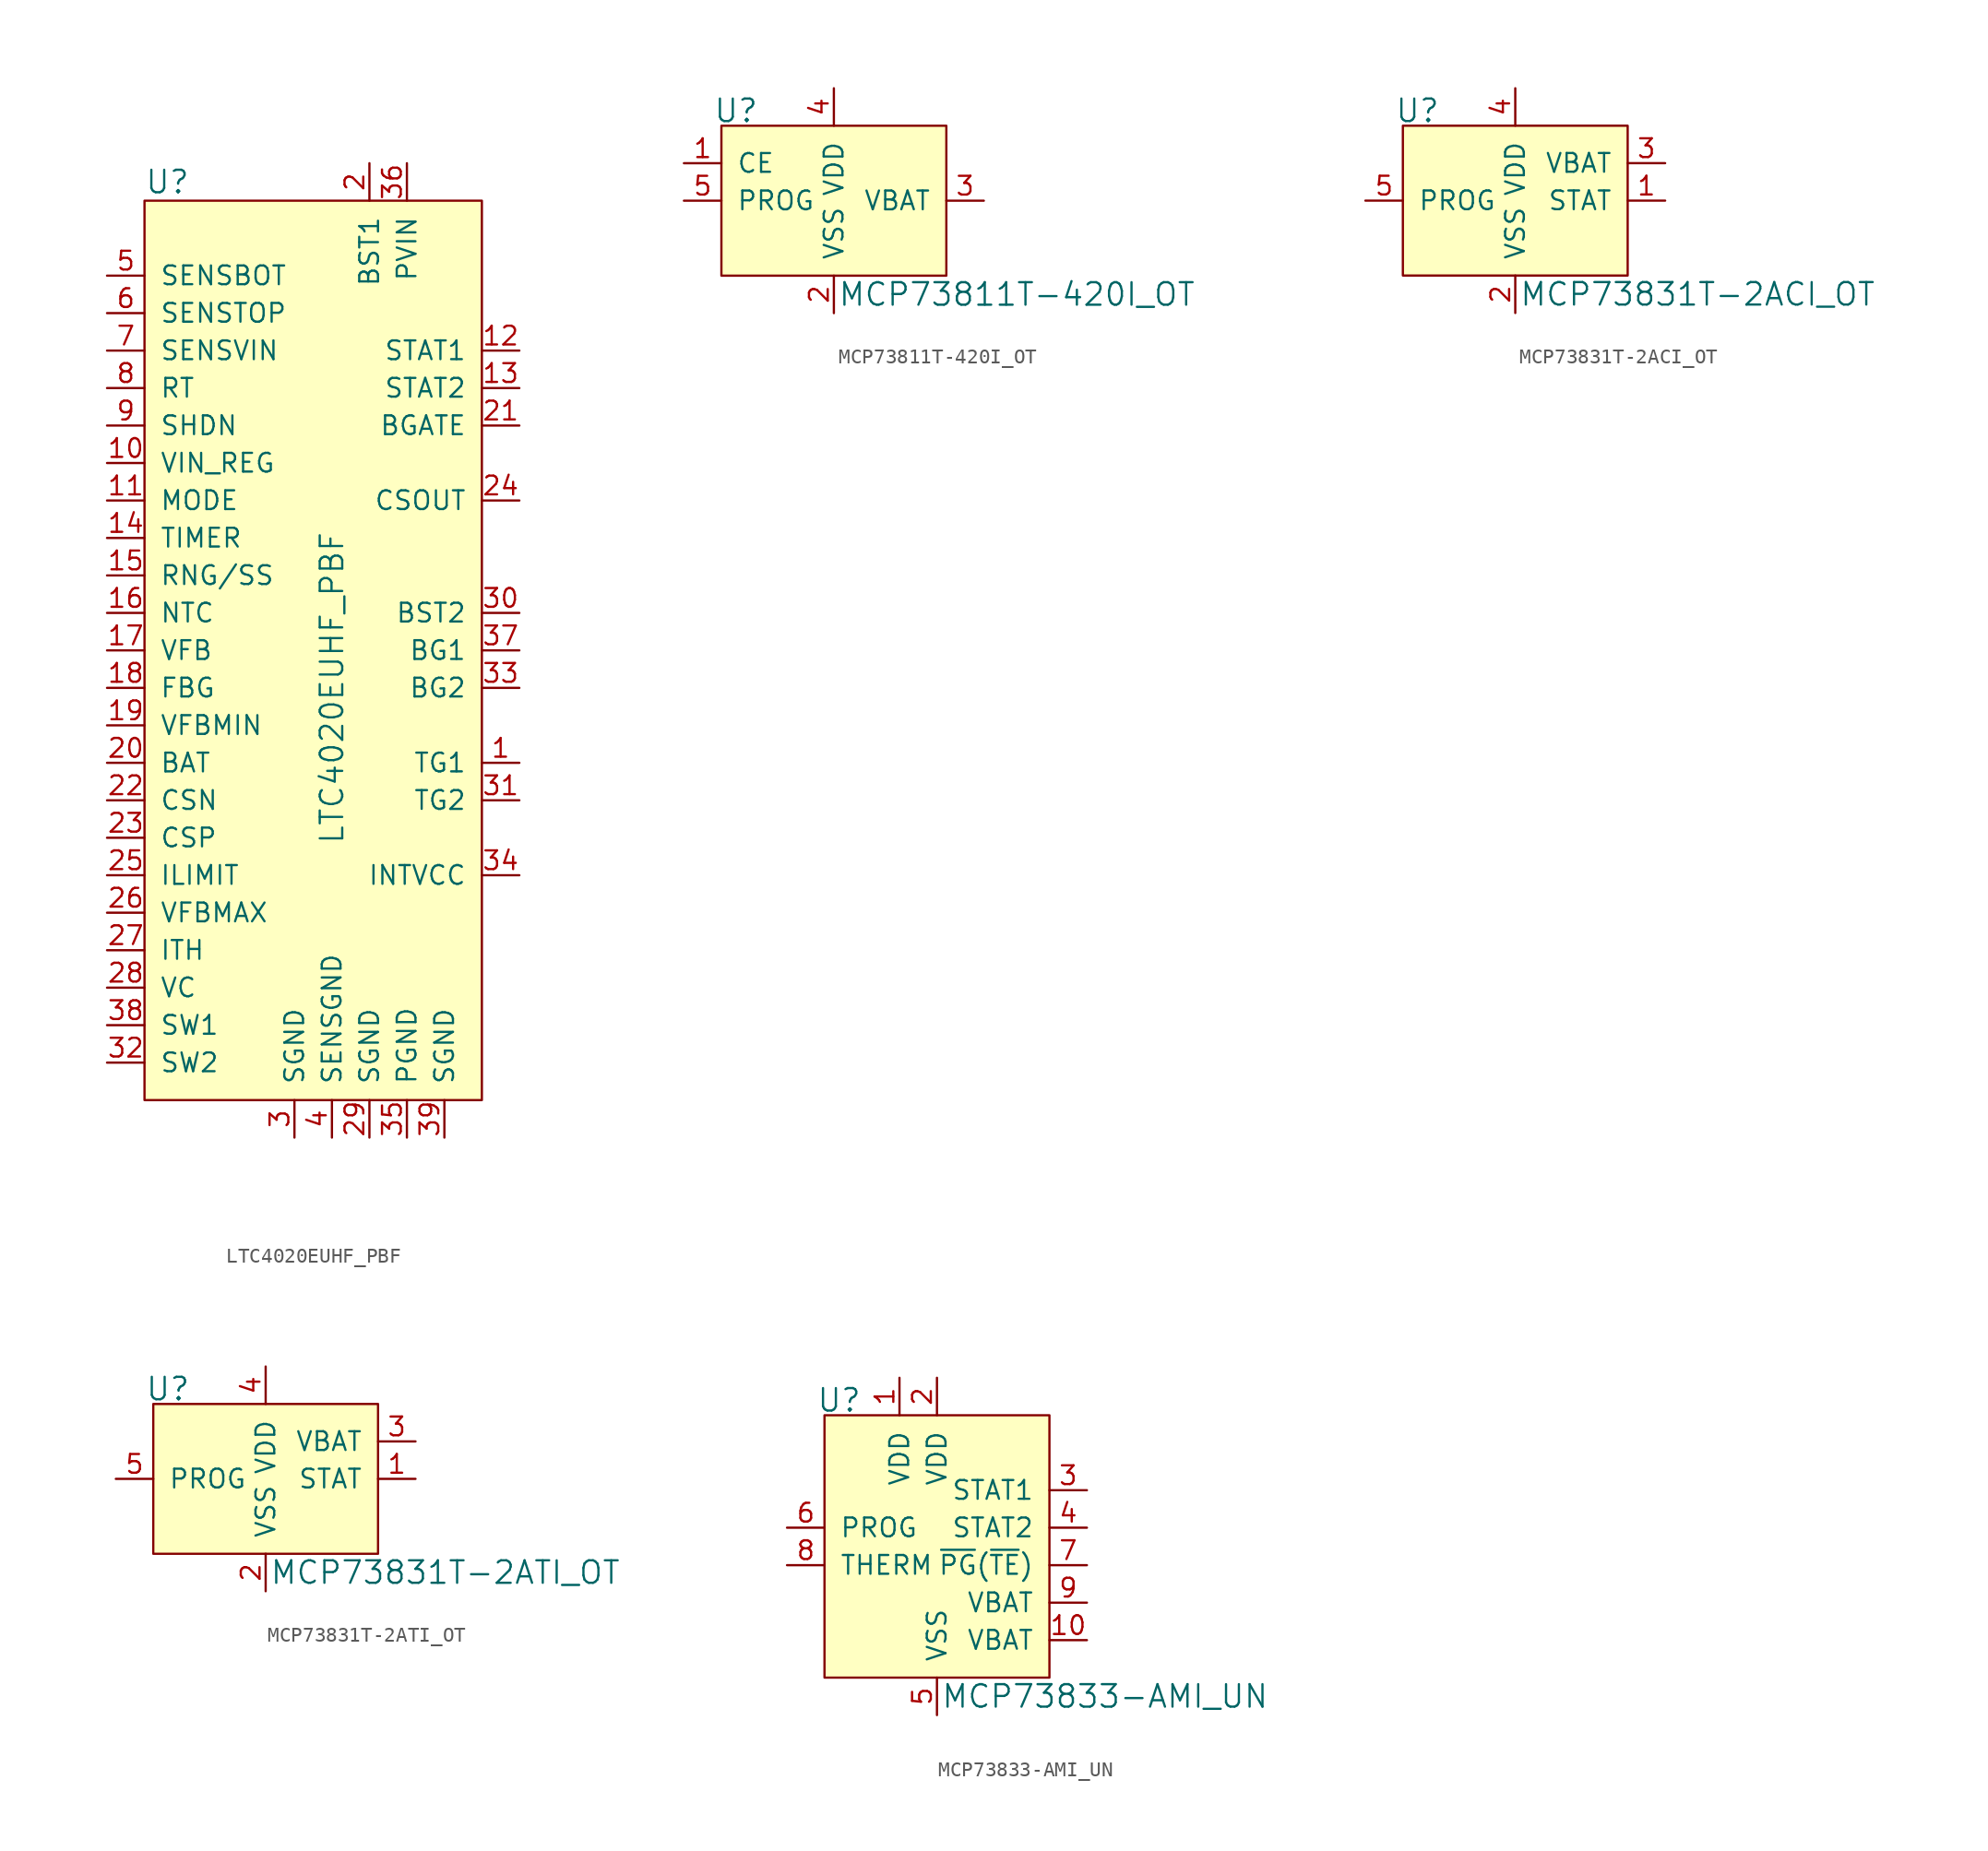
<source format=kicad_sym>
(kicad_symbol_lib
  (version 20201005)
  (generator kicad_symbol_editor)
  (symbol "LTC4020EUHF_PBF"
    (pin_names
      (offset 1.016))
    (property "Reference" "U"
      (at -10.16 24.13 0)
      (effects (font (size 1.524 1.524)) (justify left)))
    (property "Value" "LTC4020EUHF_PBF"
      (at 2.54 -10.16 90)
      (effects (font (size 1.524 1.524))))
    (symbol "LTC4020EUHF_PBF_0_1"
      (rectangle (start -10.16 22.86) (end 12.7 -38.1) (stroke (width 0)) (fill (type background))))
    (symbol "LTC4020EUHF_PBF_1_1"
      (pin output line (at 15.24 -15.24 180) (length 2.54) (name "TG1" (effects (font (size 1.27 1.27)))) (number "1" (effects (font (size 1.27 1.27)))))
      (pin power_in line (at 5.08 25.4 270) (length 2.54) (name "BST1" (effects (font (size 1.27 1.27)))) (number "2" (effects (font (size 1.27 1.27)))))
      (pin power_in line (at 0 -40.64 90) (length 2.54) (name "SGND" (effects (font (size 1.27 1.27)))) (number "3" (effects (font (size 1.27 1.27)))))
      (pin power_in line (at 2.54 -40.64 90) (length 2.54) (name "SENSGND" (effects (font (size 1.27 1.27)))) (number "4" (effects (font (size 1.27 1.27)))))
      (pin input line (at -12.7 17.78 0) (length 2.54) (name "SENSBOT" (effects (font (size 1.27 1.27)))) (number "5" (effects (font (size 1.27 1.27)))))
      (pin input line (at -12.7 15.24 0) (length 2.54) (name "SENSTOP" (effects (font (size 1.27 1.27)))) (number "6" (effects (font (size 1.27 1.27)))))
      (pin input line (at -12.7 12.7 0) (length 2.54) (name "SENSVIN" (effects (font (size 1.27 1.27)))) (number "7" (effects (font (size 1.27 1.27)))))
      (pin passive line (at -12.7 10.16 0) (length 2.54) (name "RT" (effects (font (size 1.27 1.27)))) (number "8" (effects (font (size 1.27 1.27)))))
      (pin input line (at -12.7 7.62 0) (length 2.54) (name "SHDN" (effects (font (size 1.27 1.27)))) (number "9" (effects (font (size 1.27 1.27)))))
      (pin passive line (at -12.7 5.08 0) (length 2.54) (name "VIN_REG" (effects (font (size 1.27 1.27)))) (number "10" (effects (font (size 1.27 1.27)))))
      (pin input line (at -12.7 -15.24 0) (length 2.54) (name "BAT" (effects (font (size 1.27 1.27)))) (number "20" (effects (font (size 1.27 1.27)))))
      (pin power_out line (at 15.24 -5.08 180) (length 2.54) (name "BST2" (effects (font (size 1.27 1.27)))) (number "30" (effects (font (size 1.27 1.27)))))
      (pin input line (at -12.7 2.54 0) (length 2.54) (name "MODE" (effects (font (size 1.27 1.27)))) (number "11" (effects (font (size 1.27 1.27)))))
      (pin output line (at 15.24 7.62 180) (length 2.54) (name "BGATE" (effects (font (size 1.27 1.27)))) (number "21" (effects (font (size 1.27 1.27)))))
      (pin output line (at 15.24 -17.78 180) (length 2.54) (name "TG2" (effects (font (size 1.27 1.27)))) (number "31" (effects (font (size 1.27 1.27)))))
      (pin output line (at 15.24 12.7 180) (length 2.54) (name "STAT1" (effects (font (size 1.27 1.27)))) (number "12" (effects (font (size 1.27 1.27)))))
      (pin input line (at -12.7 -17.78 0) (length 2.54) (name "CSN" (effects (font (size 1.27 1.27)))) (number "22" (effects (font (size 1.27 1.27)))))
      (pin input line (at -12.7 -35.56 0) (length 2.54) (name "SW2" (effects (font (size 1.27 1.27)))) (number "32" (effects (font (size 1.27 1.27)))))
      (pin output line (at 15.24 10.16 180) (length 2.54) (name "STAT2" (effects (font (size 1.27 1.27)))) (number "13" (effects (font (size 1.27 1.27)))))
      (pin input line (at -12.7 -20.32 0) (length 2.54) (name "CSP" (effects (font (size 1.27 1.27)))) (number "23" (effects (font (size 1.27 1.27)))))
      (pin output line (at 15.24 -10.16 180) (length 2.54) (name "BG2" (effects (font (size 1.27 1.27)))) (number "33" (effects (font (size 1.27 1.27)))))
      (pin passive line (at -12.7 0 0) (length 2.54) (name "TIMER" (effects (font (size 1.27 1.27)))) (number "14" (effects (font (size 1.27 1.27)))))
      (pin output line (at 15.24 2.54 180) (length 2.54) (name "CSOUT" (effects (font (size 1.27 1.27)))) (number "24" (effects (font (size 1.27 1.27)))))
      (pin power_out line (at 15.24 -22.86 180) (length 2.54) (name "INTVCC" (effects (font (size 1.27 1.27)))) (number "34" (effects (font (size 1.27 1.27)))))
      (pin input line (at -12.7 -2.54 0) (length 2.54) (name "RNG/SS" (effects (font (size 1.27 1.27)))) (number "15" (effects (font (size 1.27 1.27)))))
      (pin input line (at -12.7 -22.86 0) (length 2.54) (name "ILIMIT" (effects (font (size 1.27 1.27)))) (number "25" (effects (font (size 1.27 1.27)))))
      (pin power_in line (at 7.62 -40.64 90) (length 2.54) (name "PGND" (effects (font (size 1.27 1.27)))) (number "35" (effects (font (size 1.27 1.27)))))
      (pin input line (at -12.7 -5.08 0) (length 2.54) (name "NTC" (effects (font (size 1.27 1.27)))) (number "16" (effects (font (size 1.27 1.27)))))
      (pin input line (at -12.7 -25.4 0) (length 2.54) (name "VFBMAX" (effects (font (size 1.27 1.27)))) (number "26" (effects (font (size 1.27 1.27)))))
      (pin power_in line (at 7.62 25.4 270) (length 2.54) (name "PVIN" (effects (font (size 1.27 1.27)))) (number "36" (effects (font (size 1.27 1.27)))))
      (pin input line (at -12.7 -7.62 0) (length 2.54) (name "VFB" (effects (font (size 1.27 1.27)))) (number "17" (effects (font (size 1.27 1.27)))))
      (pin input line (at -12.7 -27.94 0) (length 2.54) (name "ITH" (effects (font (size 1.27 1.27)))) (number "27" (effects (font (size 1.27 1.27)))))
      (pin output line (at 15.24 -7.62 180) (length 2.54) (name "BG1" (effects (font (size 1.27 1.27)))) (number "37" (effects (font (size 1.27 1.27)))))
      (pin input line (at -12.7 -10.16 0) (length 2.54) (name "FBG" (effects (font (size 1.27 1.27)))) (number "18" (effects (font (size 1.27 1.27)))))
      (pin input line (at -12.7 -30.48 0) (length 2.54) (name "VC" (effects (font (size 1.27 1.27)))) (number "28" (effects (font (size 1.27 1.27)))))
      (pin input line (at -12.7 -33.02 0) (length 2.54) (name "SW1" (effects (font (size 1.27 1.27)))) (number "38" (effects (font (size 1.27 1.27)))))
      (pin input line (at -12.7 -12.7 0) (length 2.54) (name "VFBMIN" (effects (font (size 1.27 1.27)))) (number "19" (effects (font (size 1.27 1.27)))))
      (pin power_in line (at 5.08 -40.64 90) (length 2.54) (name "SGND" (effects (font (size 1.27 1.27)))) (number "29" (effects (font (size 1.27 1.27)))))
      (pin input line (at 10.16 -40.64 90) (length 2.54) (name "SGND" (effects (font (size 1.27 1.27)))) (number "39" (effects (font (size 1.27 1.27)))))))
  (symbol "MCP73811T-420I_OT"
    (pin_names
      (offset 1.016))
    (property "Reference" "U"
      (at -5.08 6.096 0)
      (effects (font (size 1.524 1.524)) (justify right)))
    (property "Value" "MCP73811T-420I_OT"
      (at 0.254 -6.35 0)
      (effects (font (size 1.524 1.524)) (justify left)))
    (symbol "MCP73811T-420I_OT_0_1"
      (rectangle (start -7.62 5.08) (end 7.62 -5.08) (stroke (width 0)) (fill (type background))))
    (symbol "MCP73811T-420I_OT_1_1"
      (pin input line (at -10.16 2.54 0) (length 2.54) (name "CE" (effects (font (size 1.27 1.27)))) (number "1" (effects (font (size 1.27 1.27)))))
      (pin power_in line (at 0 -7.62 90) (length 2.54) (name "VSS" (effects (font (size 1.27 1.27)))) (number "2" (effects (font (size 1.27 1.27)))))
      (pin power_out line (at 10.16 0 180) (length 2.54) (name "VBAT" (effects (font (size 1.27 1.27)))) (number "3" (effects (font (size 1.27 1.27)))))
      (pin power_in line (at 0 7.62 270) (length 2.54) (name "VDD" (effects (font (size 1.27 1.27)))) (number "4" (effects (font (size 1.27 1.27)))))
      (pin input line (at -10.16 0 0) (length 2.54) (name "PROG" (effects (font (size 1.27 1.27)))) (number "5" (effects (font (size 1.27 1.27)))))))
  (symbol "MCP73831T-2ACI_OT"
    (pin_names
      (offset 1.016))
    (property "Reference" "U"
      (at -5.08 3.556 0)
      (effects (font (size 1.524 1.524)) (justify right)))
    (property "Value" "MCP73831T-2ACI_OT"
      (at 0.254 -8.89 0)
      (effects (font (size 1.524 1.524)) (justify left)))
    (symbol "MCP73831T-2ACI_OT_0_1"
      (rectangle (start 7.62 2.54) (end -7.62 -7.62) (stroke (width 0)) (fill (type background))))
    (symbol "MCP73831T-2ACI_OT_1_1"
      (pin output line (at 10.16 -2.54 180) (length 2.54) (name "STAT" (effects (font (size 1.27 1.27)))) (number "1" (effects (font (size 1.27 1.27)))))
      (pin power_in line (at 0 -10.16 90) (length 2.54) (name "VSS" (effects (font (size 1.27 1.27)))) (number "2" (effects (font (size 1.27 1.27)))))
      (pin power_out line (at 10.16 0 180) (length 2.54) (name "VBAT" (effects (font (size 1.27 1.27)))) (number "3" (effects (font (size 1.27 1.27)))))
      (pin power_in line (at 0 5.08 270) (length 2.54) (name "VDD" (effects (font (size 1.27 1.27)))) (number "4" (effects (font (size 1.27 1.27)))))
      (pin input line (at -10.16 -2.54 0) (length 2.54) (name "PROG" (effects (font (size 1.27 1.27)))) (number "5" (effects (font (size 1.27 1.27)))))))
  (symbol "MCP73831T-2ATI_OT"
    (pin_names
      (offset 1.016))
    (property "Reference" "U"
      (at -5.08 3.556 0)
      (effects (font (size 1.524 1.524)) (justify right)))
    (property "Value" "MCP73831T-2ATI_OT"
      (at 0.254 -8.89 0)
      (effects (font (size 1.524 1.524)) (justify left)))
    (symbol "MCP73831T-2ATI_OT_0_1"
      (rectangle (start 7.62 2.54) (end -7.62 -7.62) (stroke (width 0)) (fill (type background))))
    (symbol "MCP73831T-2ATI_OT_1_1"
      (pin output line (at 10.16 -2.54 180) (length 2.54) (name "STAT" (effects (font (size 1.27 1.27)))) (number "1" (effects (font (size 1.27 1.27)))))
      (pin power_in line (at 0 -10.16 90) (length 2.54) (name "VSS" (effects (font (size 1.27 1.27)))) (number "2" (effects (font (size 1.27 1.27)))))
      (pin power_out line (at 10.16 0 180) (length 2.54) (name "VBAT" (effects (font (size 1.27 1.27)))) (number "3" (effects (font (size 1.27 1.27)))))
      (pin power_in line (at 0 5.08 270) (length 2.54) (name "VDD" (effects (font (size 1.27 1.27)))) (number "4" (effects (font (size 1.27 1.27)))))
      (pin input line (at -10.16 -2.54 0) (length 2.54) (name "PROG" (effects (font (size 1.27 1.27)))) (number "5" (effects (font (size 1.27 1.27)))))))
  (symbol "MCP73833-AMI_UN"
    (pin_names
      (offset 1.016))
    (property "Reference" "U"
      (at -2.54 6.096 0)
      (effects (font (size 1.524 1.524)) (justify right)))
    (property "Value" "MCP73833-AMI_UN"
      (at 2.794 -13.97 0)
      (effects (font (size 1.524 1.524)) (justify left)))
    (symbol "MCP73833-AMI_UN_0_1"
      (rectangle (start -5.08 5.08) (end 10.16 -12.7) (stroke (width 0)) (fill (type background))))
    (symbol "MCP73833-AMI_UN_1_1"
      (pin power_in line (at 0 7.62 270) (length 2.54) (name "VDD" (effects (font (size 1.27 1.27)))) (number "1" (effects (font (size 1.27 1.27)))))
      (pin power_in line (at 2.54 7.62 270) (length 2.54) (name "VDD" (effects (font (size 1.27 1.27)))) (number "2" (effects (font (size 1.27 1.27)))))
      (pin output line (at 12.7 0 180) (length 2.54) (name "STAT1" (effects (font (size 1.27 1.27)))) (number "3" (effects (font (size 1.27 1.27)))))
      (pin output line (at 12.7 -2.54 180) (length 2.54) (name "STAT2" (effects (font (size 1.27 1.27)))) (number "4" (effects (font (size 1.27 1.27)))))
      (pin power_in line (at 2.54 -15.24 90) (length 2.54) (name "VSS" (effects (font (size 1.27 1.27)))) (number "5" (effects (font (size 1.27 1.27)))))
      (pin input line (at -7.62 -2.54 0) (length 2.54) (name "PROG" (effects (font (size 1.27 1.27)))) (number "6" (effects (font (size 1.27 1.27)))))
      (pin output line (at 12.7 -5.08 180) (length 2.54) (name "~PG~(~TE~)" (effects (font (size 1.27 1.27)))) (number "7" (effects (font (size 1.27 1.27)))))
      (pin input line (at -7.62 -5.08 0) (length 2.54) (name "THERM" (effects (font (size 1.27 1.27)))) (number "8" (effects (font (size 1.27 1.27)))))
      (pin power_out line (at 12.7 -7.62 180) (length 2.54) (name "VBAT" (effects (font (size 1.27 1.27)))) (number "9" (effects (font (size 1.27 1.27)))))
      (pin power_out line (at 12.7 -10.16 180) (length 2.54) (name "VBAT" (effects (font (size 1.27 1.27)))) (number "10" (effects (font (size 1.27 1.27))))))))
</source>
